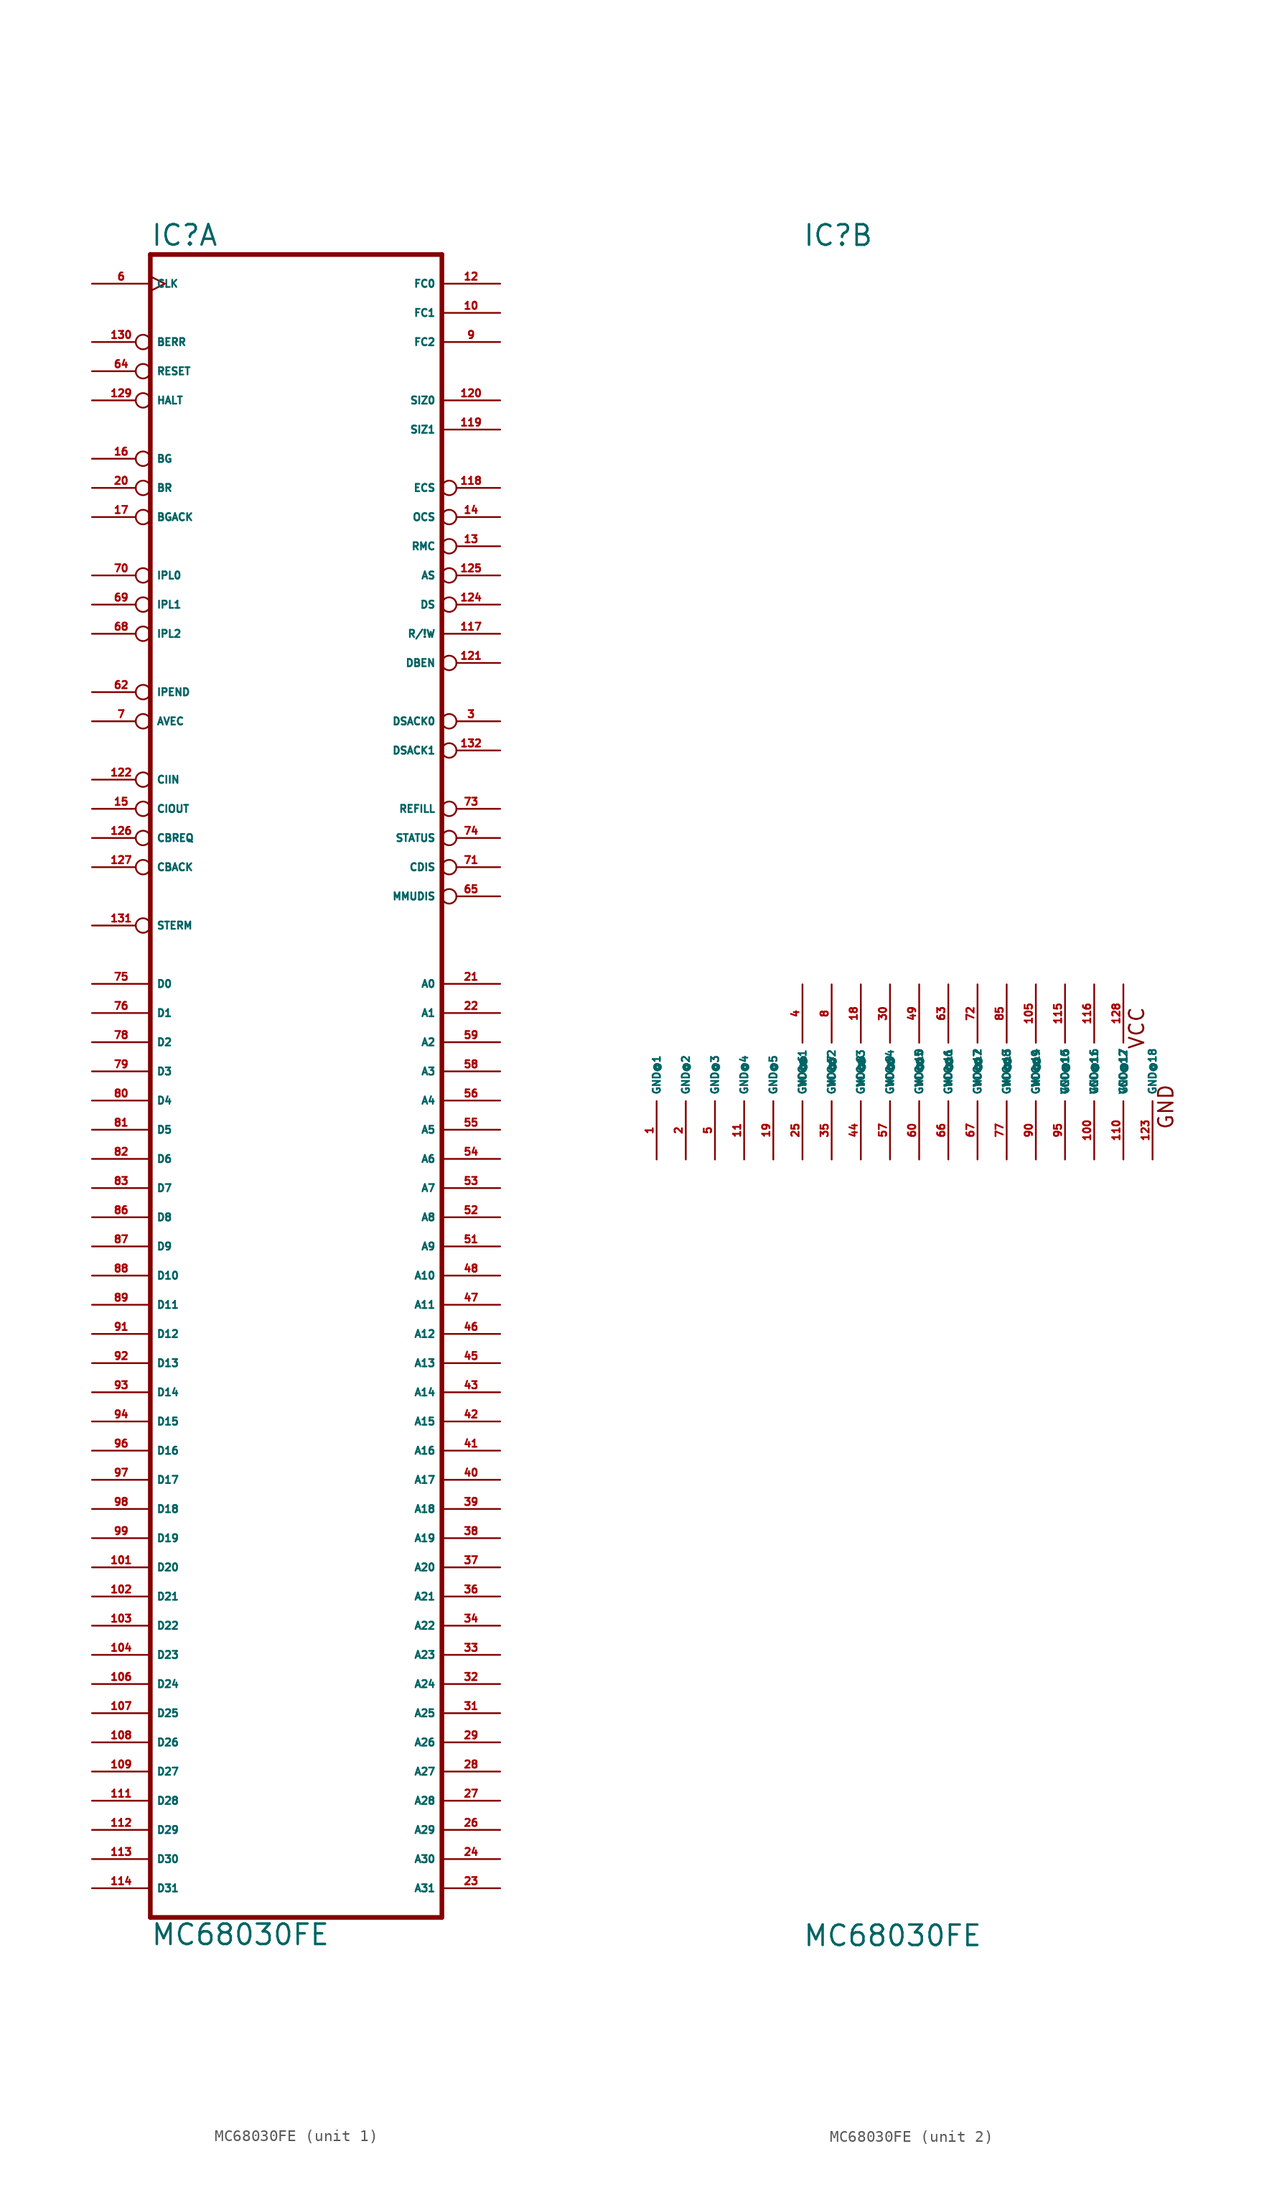
<source format=kicad_sym>
(kicad_symbol_lib
  (version 20220914)
  (generator Eagle2Kicad)
  (symbol "MC68030FE"
    (property "Reference" "IC"
      (at -12.7 71.755 0)
      (effects (font (size 1.778 1.778) (thickness 0.22)) (justify left bottom)))
    (property "Value" "MC68030FE"
      (at -12.7 -76.2 0)
      (effects (font (size 1.778 1.778) (thickness 0.22)) (justify left bottom)))
    (symbol "MC68030FE_1_0"
      (polyline (pts (xy -12.7 -73.66) (xy 12.7 -73.66)) (stroke (width 0.406) (type default)) (fill (type none)))
      (polyline (pts (xy 12.7 71.12) (xy 12.7 -73.66)) (stroke (width 0.406) (type default)) (fill (type none)))
      (polyline (pts (xy 12.7 71.12) (xy -12.7 71.12)) (stroke (width 0.406) (type default)) (fill (type none)))
      (polyline (pts (xy -12.7 -73.66) (xy -12.7 71.12)) (stroke (width 0.406) (type default)) (fill (type none)))
      (pin input clock (at -17.78 68.58 0) (length 5.08) (name "CLK" (effects (font (size 0.635 0.635) (thickness 0.08)) (justify left bottom))) (number "6" (effects (font (size 0.635 0.635) (thickness 0.08)) (justify left bottom))))
      (pin input inverted (at -17.78 63.5 0) (length 5.08) (name "BERR" (effects (font (size 0.635 0.635) (thickness 0.08)) (justify left bottom))) (number "130" (effects (font (size 0.635 0.635) (thickness 0.08)) (justify left bottom))))
      (pin bidirectional inverted (at -17.78 60.96 0) (length 5.08) (name "RESET" (effects (font (size 0.635 0.635) (thickness 0.08)) (justify left bottom))) (number "64" (effects (font (size 0.635 0.635) (thickness 0.08)) (justify left bottom))))
      (pin input inverted (at -17.78 58.42 0) (length 5.08) (name "HALT" (effects (font (size 0.635 0.635) (thickness 0.08)) (justify left bottom))) (number "129" (effects (font (size 0.635 0.635) (thickness 0.08)) (justify left bottom))))
      (pin input inverted (at -17.78 30.48 0) (length 5.08) (name "AVEC" (effects (font (size 0.635 0.635) (thickness 0.08)) (justify left bottom))) (number "7" (effects (font (size 0.635 0.635) (thickness 0.08)) (justify left bottom))))
      (pin input inverted (at -17.78 50.8 0) (length 5.08) (name "BR" (effects (font (size 0.635 0.635) (thickness 0.08)) (justify left bottom))) (number "20" (effects (font (size 0.635 0.635) (thickness 0.08)) (justify left bottom))))
      (pin input inverted (at -17.78 48.26 0) (length 5.08) (name "BGACK" (effects (font (size 0.635 0.635) (thickness 0.08)) (justify left bottom))) (number "17" (effects (font (size 0.635 0.635) (thickness 0.08)) (justify left bottom))))
      (pin input inverted (at -17.78 43.18 0) (length 5.08) (name "IPL0" (effects (font (size 0.635 0.635) (thickness 0.08)) (justify left bottom))) (number "70" (effects (font (size 0.635 0.635) (thickness 0.08)) (justify left bottom))))
      (pin bidirectional line (at -17.78 7.62 0) (length 5.08) (name "D0" (effects (font (size 0.635 0.635) (thickness 0.08)) (justify left bottom))) (number "75" (effects (font (size 0.635 0.635) (thickness 0.08)) (justify left bottom))))
      (pin bidirectional line (at -17.78 5.08 0) (length 5.08) (name "D1" (effects (font (size 0.635 0.635) (thickness 0.08)) (justify left bottom))) (number "76" (effects (font (size 0.635 0.635) (thickness 0.08)) (justify left bottom))))
      (pin bidirectional line (at -17.78 2.54 0) (length 5.08) (name "D2" (effects (font (size 0.635 0.635) (thickness 0.08)) (justify left bottom))) (number "78" (effects (font (size 0.635 0.635) (thickness 0.08)) (justify left bottom))))
      (pin bidirectional line (at -17.78 0 0) (length 5.08) (name "D3" (effects (font (size 0.635 0.635) (thickness 0.08)) (justify left bottom))) (number "79" (effects (font (size 0.635 0.635) (thickness 0.08)) (justify left bottom))))
      (pin bidirectional line (at -17.78 -2.54 0) (length 5.08) (name "D4" (effects (font (size 0.635 0.635) (thickness 0.08)) (justify left bottom))) (number "80" (effects (font (size 0.635 0.635) (thickness 0.08)) (justify left bottom))))
      (pin bidirectional line (at -17.78 -5.08 0) (length 5.08) (name "D5" (effects (font (size 0.635 0.635) (thickness 0.08)) (justify left bottom))) (number "81" (effects (font (size 0.635 0.635) (thickness 0.08)) (justify left bottom))))
      (pin bidirectional line (at -17.78 -7.62 0) (length 5.08) (name "D6" (effects (font (size 0.635 0.635) (thickness 0.08)) (justify left bottom))) (number "82" (effects (font (size 0.635 0.635) (thickness 0.08)) (justify left bottom))))
      (pin bidirectional line (at -17.78 -10.16 0) (length 5.08) (name "D7" (effects (font (size 0.635 0.635) (thickness 0.08)) (justify left bottom))) (number "83" (effects (font (size 0.635 0.635) (thickness 0.08)) (justify left bottom))))
      (pin bidirectional line (at -17.78 -12.7 0) (length 5.08) (name "D8" (effects (font (size 0.635 0.635) (thickness 0.08)) (justify left bottom))) (number "86" (effects (font (size 0.635 0.635) (thickness 0.08)) (justify left bottom))))
      (pin bidirectional line (at -17.78 -15.24 0) (length 5.08) (name "D9" (effects (font (size 0.635 0.635) (thickness 0.08)) (justify left bottom))) (number "87" (effects (font (size 0.635 0.635) (thickness 0.08)) (justify left bottom))))
      (pin bidirectional line (at -17.78 -17.78 0) (length 5.08) (name "D10" (effects (font (size 0.635 0.635) (thickness 0.08)) (justify left bottom))) (number "88" (effects (font (size 0.635 0.635) (thickness 0.08)) (justify left bottom))))
      (pin bidirectional line (at -17.78 -20.32 0) (length 5.08) (name "D11" (effects (font (size 0.635 0.635) (thickness 0.08)) (justify left bottom))) (number "89" (effects (font (size 0.635 0.635) (thickness 0.08)) (justify left bottom))))
      (pin bidirectional line (at -17.78 -22.86 0) (length 5.08) (name "D12" (effects (font (size 0.635 0.635) (thickness 0.08)) (justify left bottom))) (number "91" (effects (font (size 0.635 0.635) (thickness 0.08)) (justify left bottom))))
      (pin bidirectional line (at -17.78 -25.4 0) (length 5.08) (name "D13" (effects (font (size 0.635 0.635) (thickness 0.08)) (justify left bottom))) (number "92" (effects (font (size 0.635 0.635) (thickness 0.08)) (justify left bottom))))
      (pin bidirectional line (at -17.78 -27.94 0) (length 5.08) (name "D14" (effects (font (size 0.635 0.635) (thickness 0.08)) (justify left bottom))) (number "93" (effects (font (size 0.635 0.635) (thickness 0.08)) (justify left bottom))))
      (pin bidirectional line (at -17.78 -30.48 0) (length 5.08) (name "D15" (effects (font (size 0.635 0.635) (thickness 0.08)) (justify left bottom))) (number "94" (effects (font (size 0.635 0.635) (thickness 0.08)) (justify left bottom))))
      (pin output line (at 17.78 58.42 180) (length 5.08) (name "SIZ0" (effects (font (size 0.635 0.635) (thickness 0.08)) (justify left bottom))) (number "120" (effects (font (size 0.635 0.635) (thickness 0.08)) (justify left bottom))))
      (pin output line (at 17.78 55.88 180) (length 5.08) (name "SIZ1" (effects (font (size 0.635 0.635) (thickness 0.08)) (justify left bottom))) (number "119" (effects (font (size 0.635 0.635) (thickness 0.08)) (justify left bottom))))
      (pin output line (at 17.78 68.58 180) (length 5.08) (name "FC0" (effects (font (size 0.635 0.635) (thickness 0.08)) (justify left bottom))) (number "12" (effects (font (size 0.635 0.635) (thickness 0.08)) (justify left bottom))))
      (pin output line (at 17.78 66.04 180) (length 5.08) (name "FC1" (effects (font (size 0.635 0.635) (thickness 0.08)) (justify left bottom))) (number "10" (effects (font (size 0.635 0.635) (thickness 0.08)) (justify left bottom))))
      (pin output line (at 17.78 63.5 180) (length 5.08) (name "FC2" (effects (font (size 0.635 0.635) (thickness 0.08)) (justify left bottom))) (number "9" (effects (font (size 0.635 0.635) (thickness 0.08)) (justify left bottom))))
      (pin output inverted (at 17.78 48.26 180) (length 5.08) (name "OCS" (effects (font (size 0.635 0.635) (thickness 0.08)) (justify left bottom))) (number "14" (effects (font (size 0.635 0.635) (thickness 0.08)) (justify left bottom))))
      (pin output line (at 17.78 38.1 180) (length 5.08) (name "R/!W" (effects (font (size 0.635 0.635) (thickness 0.08)) (justify left bottom))) (number "117" (effects (font (size 0.635 0.635) (thickness 0.08)) (justify left bottom))))
      (pin output inverted (at 17.78 45.72 180) (length 5.08) (name "RMC" (effects (font (size 0.635 0.635) (thickness 0.08)) (justify left bottom))) (number "13" (effects (font (size 0.635 0.635) (thickness 0.08)) (justify left bottom))))
      (pin output inverted (at 17.78 43.18 180) (length 5.08) (name "AS" (effects (font (size 0.635 0.635) (thickness 0.08)) (justify left bottom))) (number "125" (effects (font (size 0.635 0.635) (thickness 0.08)) (justify left bottom))))
      (pin output inverted (at 17.78 50.8 180) (length 5.08) (name "ECS" (effects (font (size 0.635 0.635) (thickness 0.08)) (justify left bottom))) (number "118" (effects (font (size 0.635 0.635) (thickness 0.08)) (justify left bottom))))
      (pin output line (at 17.78 5.08 180) (length 5.08) (name "A1" (effects (font (size 0.635 0.635) (thickness 0.08)) (justify left bottom))) (number "22" (effects (font (size 0.635 0.635) (thickness 0.08)) (justify left bottom))))
      (pin output line (at 17.78 2.54 180) (length 5.08) (name "A2" (effects (font (size 0.635 0.635) (thickness 0.08)) (justify left bottom))) (number "59" (effects (font (size 0.635 0.635) (thickness 0.08)) (justify left bottom))))
      (pin output line (at 17.78 0 180) (length 5.08) (name "A3" (effects (font (size 0.635 0.635) (thickness 0.08)) (justify left bottom))) (number "58" (effects (font (size 0.635 0.635) (thickness 0.08)) (justify left bottom))))
      (pin output line (at 17.78 -2.54 180) (length 5.08) (name "A4" (effects (font (size 0.635 0.635) (thickness 0.08)) (justify left bottom))) (number "56" (effects (font (size 0.635 0.635) (thickness 0.08)) (justify left bottom))))
      (pin output line (at 17.78 -5.08 180) (length 5.08) (name "A5" (effects (font (size 0.635 0.635) (thickness 0.08)) (justify left bottom))) (number "55" (effects (font (size 0.635 0.635) (thickness 0.08)) (justify left bottom))))
      (pin output line (at 17.78 -7.62 180) (length 5.08) (name "A6" (effects (font (size 0.635 0.635) (thickness 0.08)) (justify left bottom))) (number "54" (effects (font (size 0.635 0.635) (thickness 0.08)) (justify left bottom))))
      (pin output line (at 17.78 -10.16 180) (length 5.08) (name "A7" (effects (font (size 0.635 0.635) (thickness 0.08)) (justify left bottom))) (number "53" (effects (font (size 0.635 0.635) (thickness 0.08)) (justify left bottom))))
      (pin output line (at 17.78 -15.24 180) (length 5.08) (name "A9" (effects (font (size 0.635 0.635) (thickness 0.08)) (justify left bottom))) (number "51" (effects (font (size 0.635 0.635) (thickness 0.08)) (justify left bottom))))
      (pin output line (at 17.78 -12.7 180) (length 5.08) (name "A8" (effects (font (size 0.635 0.635) (thickness 0.08)) (justify left bottom))) (number "52" (effects (font (size 0.635 0.635) (thickness 0.08)) (justify left bottom))))
      (pin output line (at 17.78 -17.78 180) (length 5.08) (name "A10" (effects (font (size 0.635 0.635) (thickness 0.08)) (justify left bottom))) (number "48" (effects (font (size 0.635 0.635) (thickness 0.08)) (justify left bottom))))
      (pin output line (at 17.78 -20.32 180) (length 5.08) (name "A11" (effects (font (size 0.635 0.635) (thickness 0.08)) (justify left bottom))) (number "47" (effects (font (size 0.635 0.635) (thickness 0.08)) (justify left bottom))))
      (pin output line (at 17.78 -22.86 180) (length 5.08) (name "A12" (effects (font (size 0.635 0.635) (thickness 0.08)) (justify left bottom))) (number "46" (effects (font (size 0.635 0.635) (thickness 0.08)) (justify left bottom))))
      (pin output line (at 17.78 -25.4 180) (length 5.08) (name "A13" (effects (font (size 0.635 0.635) (thickness 0.08)) (justify left bottom))) (number "45" (effects (font (size 0.635 0.635) (thickness 0.08)) (justify left bottom))))
      (pin output line (at 17.78 -27.94 180) (length 5.08) (name "A14" (effects (font (size 0.635 0.635) (thickness 0.08)) (justify left bottom))) (number "43" (effects (font (size 0.635 0.635) (thickness 0.08)) (justify left bottom))))
      (pin output line (at 17.78 -30.48 180) (length 5.08) (name "A15" (effects (font (size 0.635 0.635) (thickness 0.08)) (justify left bottom))) (number "42" (effects (font (size 0.635 0.635) (thickness 0.08)) (justify left bottom))))
      (pin output line (at 17.78 -33.02 180) (length 5.08) (name "A16" (effects (font (size 0.635 0.635) (thickness 0.08)) (justify left bottom))) (number "41" (effects (font (size 0.635 0.635) (thickness 0.08)) (justify left bottom))))
      (pin output line (at 17.78 -35.56 180) (length 5.08) (name "A17" (effects (font (size 0.635 0.635) (thickness 0.08)) (justify left bottom))) (number "40" (effects (font (size 0.635 0.635) (thickness 0.08)) (justify left bottom))))
      (pin output line (at 17.78 -38.1 180) (length 5.08) (name "A18" (effects (font (size 0.635 0.635) (thickness 0.08)) (justify left bottom))) (number "39" (effects (font (size 0.635 0.635) (thickness 0.08)) (justify left bottom))))
      (pin output line (at 17.78 -40.64 180) (length 5.08) (name "A19" (effects (font (size 0.635 0.635) (thickness 0.08)) (justify left bottom))) (number "38" (effects (font (size 0.635 0.635) (thickness 0.08)) (justify left bottom))))
      (pin output line (at 17.78 -43.18 180) (length 5.08) (name "A20" (effects (font (size 0.635 0.635) (thickness 0.08)) (justify left bottom))) (number "37" (effects (font (size 0.635 0.635) (thickness 0.08)) (justify left bottom))))
      (pin output line (at 17.78 -45.72 180) (length 5.08) (name "A21" (effects (font (size 0.635 0.635) (thickness 0.08)) (justify left bottom))) (number "36" (effects (font (size 0.635 0.635) (thickness 0.08)) (justify left bottom))))
      (pin output line (at 17.78 -48.26 180) (length 5.08) (name "A22" (effects (font (size 0.635 0.635) (thickness 0.08)) (justify left bottom))) (number "34" (effects (font (size 0.635 0.635) (thickness 0.08)) (justify left bottom))))
      (pin output line (at 17.78 -50.8 180) (length 5.08) (name "A23" (effects (font (size 0.635 0.635) (thickness 0.08)) (justify left bottom))) (number "33" (effects (font (size 0.635 0.635) (thickness 0.08)) (justify left bottom))))
      (pin input inverted (at -17.78 40.64 0) (length 5.08) (name "IPL1" (effects (font (size 0.635 0.635) (thickness 0.08)) (justify left bottom))) (number "69" (effects (font (size 0.635 0.635) (thickness 0.08)) (justify left bottom))))
      (pin input inverted (at -17.78 38.1 0) (length 5.08) (name "IPL2" (effects (font (size 0.635 0.635) (thickness 0.08)) (justify left bottom))) (number "68" (effects (font (size 0.635 0.635) (thickness 0.08)) (justify left bottom))))
      (pin bidirectional line (at -17.78 -33.02 0) (length 5.08) (name "D16" (effects (font (size 0.635 0.635) (thickness 0.08)) (justify left bottom))) (number "96" (effects (font (size 0.635 0.635) (thickness 0.08)) (justify left bottom))))
      (pin bidirectional line (at -17.78 -35.56 0) (length 5.08) (name "D17" (effects (font (size 0.635 0.635) (thickness 0.08)) (justify left bottom))) (number "97" (effects (font (size 0.635 0.635) (thickness 0.08)) (justify left bottom))))
      (pin bidirectional line (at -17.78 -38.1 0) (length 5.08) (name "D18" (effects (font (size 0.635 0.635) (thickness 0.08)) (justify left bottom))) (number "98" (effects (font (size 0.635 0.635) (thickness 0.08)) (justify left bottom))))
      (pin bidirectional line (at -17.78 -40.64 0) (length 5.08) (name "D19" (effects (font (size 0.635 0.635) (thickness 0.08)) (justify left bottom))) (number "99" (effects (font (size 0.635 0.635) (thickness 0.08)) (justify left bottom))))
      (pin bidirectional line (at -17.78 -43.18 0) (length 5.08) (name "D20" (effects (font (size 0.635 0.635) (thickness 0.08)) (justify left bottom))) (number "101" (effects (font (size 0.635 0.635) (thickness 0.08)) (justify left bottom))))
      (pin bidirectional line (at -17.78 -45.72 0) (length 5.08) (name "D21" (effects (font (size 0.635 0.635) (thickness 0.08)) (justify left bottom))) (number "102" (effects (font (size 0.635 0.635) (thickness 0.08)) (justify left bottom))))
      (pin bidirectional line (at -17.78 -48.26 0) (length 5.08) (name "D22" (effects (font (size 0.635 0.635) (thickness 0.08)) (justify left bottom))) (number "103" (effects (font (size 0.635 0.635) (thickness 0.08)) (justify left bottom))))
      (pin bidirectional line (at -17.78 -50.8 0) (length 5.08) (name "D23" (effects (font (size 0.635 0.635) (thickness 0.08)) (justify left bottom))) (number "104" (effects (font (size 0.635 0.635) (thickness 0.08)) (justify left bottom))))
      (pin bidirectional line (at -17.78 -53.34 0) (length 5.08) (name "D24" (effects (font (size 0.635 0.635) (thickness 0.08)) (justify left bottom))) (number "106" (effects (font (size 0.635 0.635) (thickness 0.08)) (justify left bottom))))
      (pin bidirectional line (at -17.78 -55.88 0) (length 5.08) (name "D25" (effects (font (size 0.635 0.635) (thickness 0.08)) (justify left bottom))) (number "107" (effects (font (size 0.635 0.635) (thickness 0.08)) (justify left bottom))))
      (pin bidirectional line (at -17.78 -58.42 0) (length 5.08) (name "D26" (effects (font (size 0.635 0.635) (thickness 0.08)) (justify left bottom))) (number "108" (effects (font (size 0.635 0.635) (thickness 0.08)) (justify left bottom))))
      (pin bidirectional line (at -17.78 -60.96 0) (length 5.08) (name "D27" (effects (font (size 0.635 0.635) (thickness 0.08)) (justify left bottom))) (number "109" (effects (font (size 0.635 0.635) (thickness 0.08)) (justify left bottom))))
      (pin bidirectional line (at -17.78 -63.5 0) (length 5.08) (name "D28" (effects (font (size 0.635 0.635) (thickness 0.08)) (justify left bottom))) (number "111" (effects (font (size 0.635 0.635) (thickness 0.08)) (justify left bottom))))
      (pin bidirectional line (at -17.78 -66.04 0) (length 5.08) (name "D29" (effects (font (size 0.635 0.635) (thickness 0.08)) (justify left bottom))) (number "112" (effects (font (size 0.635 0.635) (thickness 0.08)) (justify left bottom))))
      (pin bidirectional line (at -17.78 -68.58 0) (length 5.08) (name "D30" (effects (font (size 0.635 0.635) (thickness 0.08)) (justify left bottom))) (number "113" (effects (font (size 0.635 0.635) (thickness 0.08)) (justify left bottom))))
      (pin bidirectional line (at -17.78 -71.12 0) (length 5.08) (name "D31" (effects (font (size 0.635 0.635) (thickness 0.08)) (justify left bottom))) (number "114" (effects (font (size 0.635 0.635) (thickness 0.08)) (justify left bottom))))
      (pin output line (at 17.78 -53.34 180) (length 5.08) (name "A24" (effects (font (size 0.635 0.635) (thickness 0.08)) (justify left bottom))) (number "32" (effects (font (size 0.635 0.635) (thickness 0.08)) (justify left bottom))))
      (pin output line (at 17.78 -55.88 180) (length 5.08) (name "A25" (effects (font (size 0.635 0.635) (thickness 0.08)) (justify left bottom))) (number "31" (effects (font (size 0.635 0.635) (thickness 0.08)) (justify left bottom))))
      (pin output line (at 17.78 -58.42 180) (length 5.08) (name "A26" (effects (font (size 0.635 0.635) (thickness 0.08)) (justify left bottom))) (number "29" (effects (font (size 0.635 0.635) (thickness 0.08)) (justify left bottom))))
      (pin output line (at 17.78 -60.96 180) (length 5.08) (name "A27" (effects (font (size 0.635 0.635) (thickness 0.08)) (justify left bottom))) (number "28" (effects (font (size 0.635 0.635) (thickness 0.08)) (justify left bottom))))
      (pin output line (at 17.78 -63.5 180) (length 5.08) (name "A28" (effects (font (size 0.635 0.635) (thickness 0.08)) (justify left bottom))) (number "27" (effects (font (size 0.635 0.635) (thickness 0.08)) (justify left bottom))))
      (pin output line (at 17.78 -66.04 180) (length 5.08) (name "A29" (effects (font (size 0.635 0.635) (thickness 0.08)) (justify left bottom))) (number "26" (effects (font (size 0.635 0.635) (thickness 0.08)) (justify left bottom))))
      (pin output line (at 17.78 -68.58 180) (length 5.08) (name "A30" (effects (font (size 0.635 0.635) (thickness 0.08)) (justify left bottom))) (number "24" (effects (font (size 0.635 0.635) (thickness 0.08)) (justify left bottom))))
      (pin output line (at 17.78 -71.12 180) (length 5.08) (name "A31" (effects (font (size 0.635 0.635) (thickness 0.08)) (justify left bottom))) (number "23" (effects (font (size 0.635 0.635) (thickness 0.08)) (justify left bottom))))
      (pin output line (at 17.78 7.62 180) (length 5.08) (name "A0" (effects (font (size 0.635 0.635) (thickness 0.08)) (justify left bottom))) (number "21" (effects (font (size 0.635 0.635) (thickness 0.08)) (justify left bottom))))
      (pin output inverted (at 17.78 40.64 180) (length 5.08) (name "DS" (effects (font (size 0.635 0.635) (thickness 0.08)) (justify left bottom))) (number "124" (effects (font (size 0.635 0.635) (thickness 0.08)) (justify left bottom))))
      (pin output inverted (at 17.78 35.56 180) (length 5.08) (name "DBEN" (effects (font (size 0.635 0.635) (thickness 0.08)) (justify left bottom))) (number "121" (effects (font (size 0.635 0.635) (thickness 0.08)) (justify left bottom))))
      (pin input inverted (at 17.78 30.48 180) (length 5.08) (name "DSACK0" (effects (font (size 0.635 0.635) (thickness 0.08)) (justify left bottom))) (number "3" (effects (font (size 0.635 0.635) (thickness 0.08)) (justify left bottom))))
      (pin input inverted (at 17.78 27.94 180) (length 5.08) (name "DSACK1" (effects (font (size 0.635 0.635) (thickness 0.08)) (justify left bottom))) (number "132" (effects (font (size 0.635 0.635) (thickness 0.08)) (justify left bottom))))
      (pin output inverted (at -17.78 53.34 0) (length 5.08) (name "BG" (effects (font (size 0.635 0.635) (thickness 0.08)) (justify left bottom))) (number "16" (effects (font (size 0.635 0.635) (thickness 0.08)) (justify left bottom))))
      (pin output inverted (at -17.78 33.02 0) (length 5.08) (name "IPEND" (effects (font (size 0.635 0.635) (thickness 0.08)) (justify left bottom))) (number "62" (effects (font (size 0.635 0.635) (thickness 0.08)) (justify left bottom))))
      (pin input inverted (at -17.78 25.4 0) (length 5.08) (name "CIIN" (effects (font (size 0.635 0.635) (thickness 0.08)) (justify left bottom))) (number "122" (effects (font (size 0.635 0.635) (thickness 0.08)) (justify left bottom))))
      (pin output inverted (at -17.78 22.86 0) (length 5.08) (name "CIOUT" (effects (font (size 0.635 0.635) (thickness 0.08)) (justify left bottom))) (number "15" (effects (font (size 0.635 0.635) (thickness 0.08)) (justify left bottom))))
      (pin output inverted (at -17.78 20.32 0) (length 5.08) (name "CBREQ" (effects (font (size 0.635 0.635) (thickness 0.08)) (justify left bottom))) (number "126" (effects (font (size 0.635 0.635) (thickness 0.08)) (justify left bottom))))
      (pin input inverted (at -17.78 17.78 0) (length 5.08) (name "CBACK" (effects (font (size 0.635 0.635) (thickness 0.08)) (justify left bottom))) (number "127" (effects (font (size 0.635 0.635) (thickness 0.08)) (justify left bottom))))
      (pin input inverted (at -17.78 12.7 0) (length 5.08) (name "STERM" (effects (font (size 0.635 0.635) (thickness 0.08)) (justify left bottom))) (number "131" (effects (font (size 0.635 0.635) (thickness 0.08)) (justify left bottom))))
      (pin input inverted (at 17.78 17.78 180) (length 5.08) (name "CDIS" (effects (font (size 0.635 0.635) (thickness 0.08)) (justify left bottom))) (number "71" (effects (font (size 0.635 0.635) (thickness 0.08)) (justify left bottom))))
      (pin input inverted (at 17.78 15.24 180) (length 5.08) (name "MMUDIS" (effects (font (size 0.635 0.635) (thickness 0.08)) (justify left bottom))) (number "65" (effects (font (size 0.635 0.635) (thickness 0.08)) (justify left bottom))))
      (pin output inverted (at 17.78 22.86 180) (length 5.08) (name "REFILL" (effects (font (size 0.635 0.635) (thickness 0.08)) (justify left bottom))) (number "73" (effects (font (size 0.635 0.635) (thickness 0.08)) (justify left bottom))))
      (pin output inverted (at 17.78 20.32 180) (length 5.08) (name "STATUS" (effects (font (size 0.635 0.635) (thickness 0.08)) (justify left bottom))) (number "74" (effects (font (size 0.635 0.635) (thickness 0.08)) (justify left bottom)))))
    (symbol "MC68030FE_2_0"
      (text "GND" (at 19.685 -5.08 900) (effects (font (size 1.27 1.27) (thickness 0.16)) (justify left bottom)))
      (text "VCC" (at 17.145 1.905 900) (effects (font (size 1.27 1.27) (thickness 0.16)) (justify left bottom)))
      (pin unspecified line (at -25.4 -7.62 90) (length 5.08) (name "GND@1" (effects (font (size 0.635 0.635) (thickness 0.08)) (justify left bottom))) (number "1" (effects (font (size 0.635 0.635) (thickness 0.08)) (justify left bottom))))
      (pin unspecified line (at -22.86 -7.62 90) (length 5.08) (name "GND@2" (effects (font (size 0.635 0.635) (thickness 0.08)) (justify left bottom))) (number "2" (effects (font (size 0.635 0.635) (thickness 0.08)) (justify left bottom))))
      (pin unspecified line (at -20.32 -7.62 90) (length 5.08) (name "GND@3" (effects (font (size 0.635 0.635) (thickness 0.08)) (justify left bottom))) (number "5" (effects (font (size 0.635 0.635) (thickness 0.08)) (justify left bottom))))
      (pin unspecified line (at -17.78 -7.62 90) (length 5.08) (name "GND@4" (effects (font (size 0.635 0.635) (thickness 0.08)) (justify left bottom))) (number "11" (effects (font (size 0.635 0.635) (thickness 0.08)) (justify left bottom))))
      (pin unspecified line (at -15.24 -7.62 90) (length 5.08) (name "GND@5" (effects (font (size 0.635 0.635) (thickness 0.08)) (justify left bottom))) (number "19" (effects (font (size 0.635 0.635) (thickness 0.08)) (justify left bottom))))
      (pin unspecified line (at -12.7 -7.62 90) (length 5.08) (name "GND@6" (effects (font (size 0.635 0.635) (thickness 0.08)) (justify left bottom))) (number "25" (effects (font (size 0.635 0.635) (thickness 0.08)) (justify left bottom))))
      (pin unspecified line (at -10.16 -7.62 90) (length 5.08) (name "GND@7" (effects (font (size 0.635 0.635) (thickness 0.08)) (justify left bottom))) (number "35" (effects (font (size 0.635 0.635) (thickness 0.08)) (justify left bottom))))
      (pin unspecified line (at -7.62 -7.62 90) (length 5.08) (name "GND@8" (effects (font (size 0.635 0.635) (thickness 0.08)) (justify left bottom))) (number "44" (effects (font (size 0.635 0.635) (thickness 0.08)) (justify left bottom))))
      (pin unspecified line (at -5.08 -7.62 90) (length 5.08) (name "GND@9" (effects (font (size 0.635 0.635) (thickness 0.08)) (justify left bottom))) (number "57" (effects (font (size 0.635 0.635) (thickness 0.08)) (justify left bottom))))
      (pin unspecified line (at -2.54 -7.62 90) (length 5.08) (name "GND@10" (effects (font (size 0.635 0.635) (thickness 0.08)) (justify left bottom))) (number "60" (effects (font (size 0.635 0.635) (thickness 0.08)) (justify left bottom))))
      (pin unspecified line (at 0 -7.62 90) (length 5.08) (name "GND@11" (effects (font (size 0.635 0.635) (thickness 0.08)) (justify left bottom))) (number "66" (effects (font (size 0.635 0.635) (thickness 0.08)) (justify left bottom))))
      (pin unspecified line (at 2.54 -7.62 90) (length 5.08) (name "GND@12" (effects (font (size 0.635 0.635) (thickness 0.08)) (justify left bottom))) (number "67" (effects (font (size 0.635 0.635) (thickness 0.08)) (justify left bottom))))
      (pin unspecified line (at 5.08 -7.62 90) (length 5.08) (name "GND@13" (effects (font (size 0.635 0.635) (thickness 0.08)) (justify left bottom))) (number "77" (effects (font (size 0.635 0.635) (thickness 0.08)) (justify left bottom))))
      (pin unspecified line (at -12.7 7.62 270) (length 5.08) (name "VCC@1" (effects (font (size 0.635 0.635) (thickness 0.08)) (justify left bottom))) (number "4" (effects (font (size 0.635 0.635) (thickness 0.08)) (justify left bottom))))
      (pin unspecified line (at -10.16 7.62 270) (length 5.08) (name "VCC@2" (effects (font (size 0.635 0.635) (thickness 0.08)) (justify left bottom))) (number "8" (effects (font (size 0.635 0.635) (thickness 0.08)) (justify left bottom))))
      (pin unspecified line (at -7.62 7.62 270) (length 5.08) (name "VCC@3" (effects (font (size 0.635 0.635) (thickness 0.08)) (justify left bottom))) (number "18" (effects (font (size 0.635 0.635) (thickness 0.08)) (justify left bottom))))
      (pin unspecified line (at -5.08 7.62 270) (length 5.08) (name "VCC@4" (effects (font (size 0.635 0.635) (thickness 0.08)) (justify left bottom))) (number "30" (effects (font (size 0.635 0.635) (thickness 0.08)) (justify left bottom))))
      (pin unspecified line (at -2.54 7.62 270) (length 5.08) (name "VCC@5" (effects (font (size 0.635 0.635) (thickness 0.08)) (justify left bottom))) (number "49" (effects (font (size 0.635 0.635) (thickness 0.08)) (justify left bottom))))
      (pin unspecified line (at 0 7.62 270) (length 5.08) (name "VCC@6" (effects (font (size 0.635 0.635) (thickness 0.08)) (justify left bottom))) (number "63" (effects (font (size 0.635 0.635) (thickness 0.08)) (justify left bottom))))
      (pin unspecified line (at 2.54 7.62 270) (length 5.08) (name "VCC@7" (effects (font (size 0.635 0.635) (thickness 0.08)) (justify left bottom))) (number "72" (effects (font (size 0.635 0.635) (thickness 0.08)) (justify left bottom))))
      (pin unspecified line (at 5.08 7.62 270) (length 5.08) (name "VCC@8" (effects (font (size 0.635 0.635) (thickness 0.08)) (justify left bottom))) (number "85" (effects (font (size 0.635 0.635) (thickness 0.08)) (justify left bottom))))
      (pin unspecified line (at 7.62 7.62 270) (length 5.08) (name "VCC@9" (effects (font (size 0.635 0.635) (thickness 0.08)) (justify left bottom))) (number "105" (effects (font (size 0.635 0.635) (thickness 0.08)) (justify left bottom))))
      (pin unspecified line (at 7.62 -7.62 90) (length 5.08) (name "GND@14" (effects (font (size 0.635 0.635) (thickness 0.08)) (justify left bottom))) (number "90" (effects (font (size 0.635 0.635) (thickness 0.08)) (justify left bottom))))
      (pin unspecified line (at 10.16 7.62 270) (length 5.08) (name "VCC@10" (effects (font (size 0.635 0.635) (thickness 0.08)) (justify left bottom))) (number "115" (effects (font (size 0.635 0.635) (thickness 0.08)) (justify left bottom))))
      (pin unspecified line (at 12.7 7.62 270) (length 5.08) (name "VCC@11" (effects (font (size 0.635 0.635) (thickness 0.08)) (justify left bottom))) (number "116" (effects (font (size 0.635 0.635) (thickness 0.08)) (justify left bottom))))
      (pin unspecified line (at 15.24 7.62 270) (length 5.08) (name "VCC@12" (effects (font (size 0.635 0.635) (thickness 0.08)) (justify left bottom))) (number "128" (effects (font (size 0.635 0.635) (thickness 0.08)) (justify left bottom))))
      (pin unspecified line (at 10.16 -7.62 90) (length 5.08) (name "GND@15" (effects (font (size 0.635 0.635) (thickness 0.08)) (justify left bottom))) (number "95" (effects (font (size 0.635 0.635) (thickness 0.08)) (justify left bottom))))
      (pin unspecified line (at 12.7 -7.62 90) (length 5.08) (name "GND@16" (effects (font (size 0.635 0.635) (thickness 0.08)) (justify left bottom))) (number "100" (effects (font (size 0.635 0.635) (thickness 0.08)) (justify left bottom))))
      (pin unspecified line (at 15.24 -7.62 90) (length 5.08) (name "GND@17" (effects (font (size 0.635 0.635) (thickness 0.08)) (justify left bottom))) (number "110" (effects (font (size 0.635 0.635) (thickness 0.08)) (justify left bottom))))
      (pin unspecified line (at 17.78 -7.62 90) (length 5.08) (name "GND@18" (effects (font (size 0.635 0.635) (thickness 0.08)) (justify left bottom))) (number "123" (effects (font (size 0.635 0.635) (thickness 0.08)) (justify left bottom)))))))
</source>
